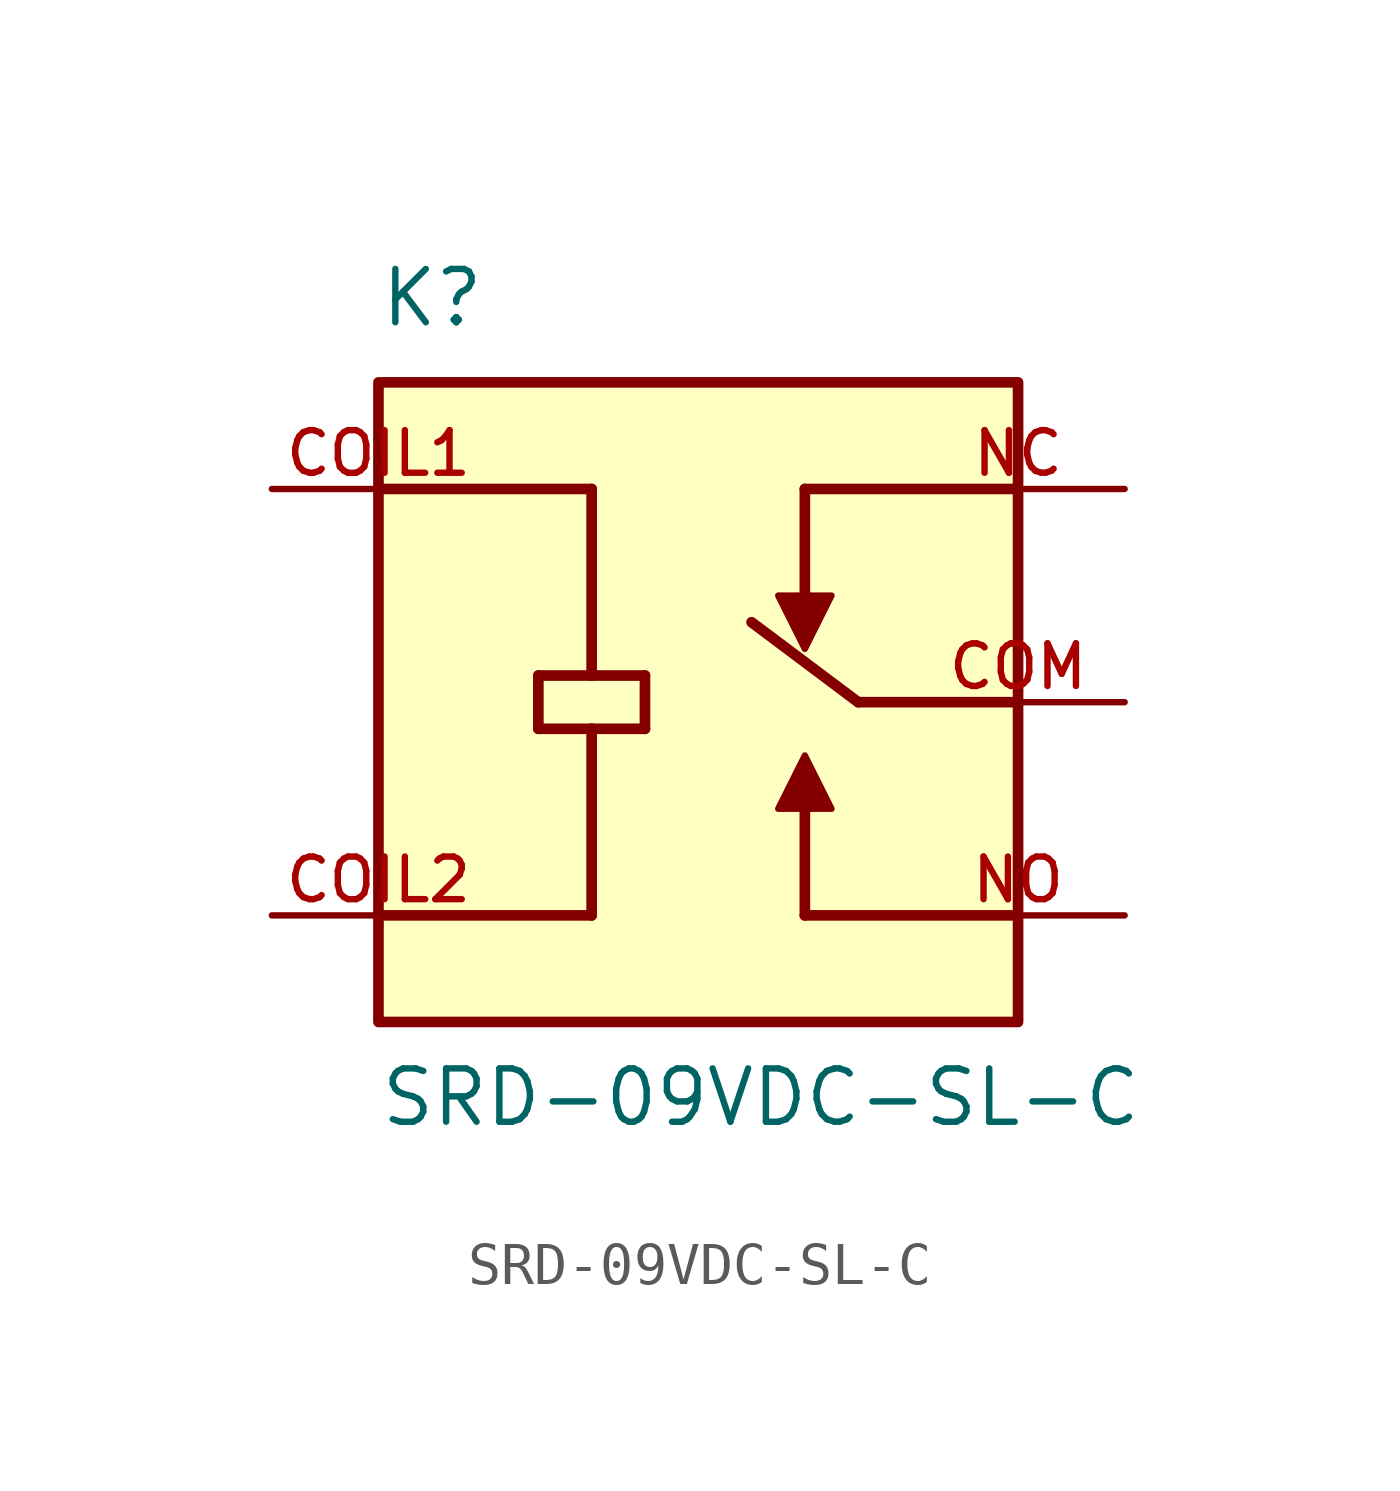
<source format=kicad_sym>
(kicad_symbol_lib
  (version 20211014)
  (generator kicad_symbol_editor)
  (symbol "SRD-09VDC-SL-C"
    (pin_names
      (offset 1.016))
    (property "Reference" "K"
      (at -7.62 8.89 0)
      (effects (font (size 1.27 1.27)) (justify bottom left)))
    (property "Value" "SRD-09VDC-SL-C"
      (at -7.62 -10.16 0)
      (effects (font (size 1.27 1.27)) (justify bottom left)))
    (symbol "SRD-09VDC-SL-C_0_0"
      (polyline (pts (xy 7.62 0.0) (xy 3.81 0.0)) (stroke (width 0.254)))
      (polyline (pts (xy 7.62 -5.08) (xy 2.54 -5.08)) (stroke (width 0.254)))
      (polyline (pts (xy 2.54 -5.08) (xy 2.54 -2.54)) (stroke (width 0.254)))
      (polyline (pts (xy 1.905 -2.54) (xy 3.175 -2.54) (xy 2.54 -1.27) (xy 1.905 -2.54)) (stroke (width 0.152)) (fill (type outline)))
      (polyline (pts (xy -7.62 5.08) (xy -2.54 5.08)) (stroke (width 0.254)))
      (polyline (pts (xy -3.81 0.635) (xy -2.54 0.635)) (stroke (width 0.254)))
      (polyline (pts (xy -2.54 0.635) (xy -1.27 0.635)) (stroke (width 0.254)))
      (polyline (pts (xy -1.27 0.635) (xy -1.27 -0.635)) (stroke (width 0.254)))
      (polyline (pts (xy -1.27 -0.635) (xy -2.54 -0.635)) (stroke (width 0.254)))
      (polyline (pts (xy -2.54 -0.635) (xy -3.81 -0.635)) (stroke (width 0.254)))
      (polyline (pts (xy -3.81 -0.635) (xy -3.81 0.635)) (stroke (width 0.254)))
      (polyline (pts (xy -7.62 -5.08) (xy -2.54 -5.08)) (stroke (width 0.254)))
      (polyline (pts (xy -2.54 5.08) (xy -2.54 0.635)) (stroke (width 0.254)))
      (polyline (pts (xy -2.54 -0.635) (xy -2.54 -5.08)) (stroke (width 0.254)))
      (polyline (pts (xy 2.54 5.08) (xy 2.54 2.54)) (stroke (width 0.254)))
      (polyline (pts (xy 3.175 2.54) (xy 1.905 2.54) (xy 2.54 1.27) (xy 3.175 2.54)) (stroke (width 0.152)) (fill (type outline)))
      (polyline (pts (xy 2.54 5.08) (xy 7.62 5.08)) (stroke (width 0.254)))
      (polyline (pts (xy 3.81 0.0) (xy 1.27 1.905)) (stroke (width 0.254)))
      (rectangle (start -7.62 -7.62) (end 7.62 7.62) (stroke (width 0.254)) (fill (type background)))
      (pin passive line (at 10.16 0.0 180.0) (length 5.08) (name "~" (effects (font (size 1.016 1.016)))) (number "COM" (effects (font (size 1.016 1.016)))))
      (pin passive line (at 10.16 -5.08 180.0) (length 5.08) (name "~" (effects (font (size 1.016 1.016)))) (number "NO" (effects (font (size 1.016 1.016)))))
      (pin passive line (at -10.16 5.08 0) (length 5.08) (name "~" (effects (font (size 1.016 1.016)))) (number "COIL1" (effects (font (size 1.016 1.016)))))
      (pin passive line (at -10.16 -5.08 0) (length 5.08) (name "~" (effects (font (size 1.016 1.016)))) (number "COIL2" (effects (font (size 1.016 1.016)))))
      (pin passive line (at 10.16 5.08 180.0) (length 5.08) (name "~" (effects (font (size 1.016 1.016)))) (number "NC" (effects (font (size 1.016 1.016))))))))
</source>
